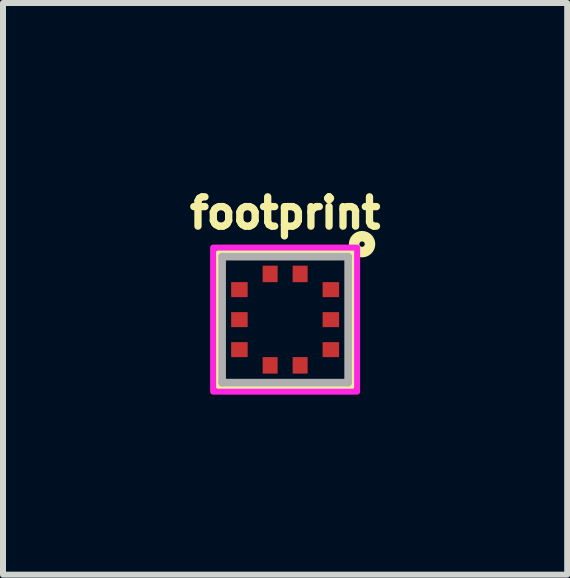
<source format=kicad_pcb>
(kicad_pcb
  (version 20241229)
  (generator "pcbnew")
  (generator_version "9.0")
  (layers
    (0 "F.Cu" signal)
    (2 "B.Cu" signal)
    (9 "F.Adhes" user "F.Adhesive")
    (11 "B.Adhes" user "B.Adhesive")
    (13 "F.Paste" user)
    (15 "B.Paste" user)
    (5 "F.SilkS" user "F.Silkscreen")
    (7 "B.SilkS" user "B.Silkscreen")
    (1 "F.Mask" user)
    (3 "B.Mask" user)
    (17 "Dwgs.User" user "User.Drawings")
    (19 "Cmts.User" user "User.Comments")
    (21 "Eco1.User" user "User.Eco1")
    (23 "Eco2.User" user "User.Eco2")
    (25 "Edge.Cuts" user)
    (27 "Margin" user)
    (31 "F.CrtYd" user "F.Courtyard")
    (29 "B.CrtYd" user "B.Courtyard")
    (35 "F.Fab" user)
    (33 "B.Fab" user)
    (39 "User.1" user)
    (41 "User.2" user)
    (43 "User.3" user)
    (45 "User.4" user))
  (footprint "footprint"
    (layer "F.Cu")
    (at 1.702 2.277)
    (property "Reference" "footprint" (at 0 -1.778 0) (layer "F.SilkS") (effects (font (size 0.488 0.488) (thickness 0.122))))
    (fp_line (start -1.1 -1.1) (end 1.1 -1.1) (stroke (width 0.127) (type solid)) (layer "F.SilkS"))
    (fp_line (start -1.1 1.1) (end -1.1 -1.1) (stroke (width 0.127) (type solid)) (layer "F.SilkS"))
    (fp_line (start 1.1 -1.1) (end 1.1 1.1) (stroke (width 0.127) (type solid)) (layer "F.SilkS"))
    (fp_line (start 1.1 1.1) (end -1.1 1.1) (stroke (width 0.127) (type solid)) (layer "F.SilkS"))
    (fp_circle (center 1.282 -1.258) (end 1.327 -1.258) (stroke (width 0.175) (type solid)) (fill no) (layer "F.SilkS"))
    (fp_poly (pts (xy -0.875 -0.4) (xy -0.65 -0.4) (xy -0.65 -0.6) (xy -0.875 -0.6)) (stroke (width 0) (type solid)) (fill yes) (layer "F.Paste"))
    (fp_poly (pts (xy -0.875 0.1) (xy -0.65 0.1) (xy -0.65 -0.1) (xy -0.875 -0.1)) (stroke (width 0) (type solid)) (fill yes) (layer "F.Paste"))
    (fp_poly (pts (xy -0.875 0.6) (xy -0.65 0.6) (xy -0.65 0.4) (xy -0.875 0.4)) (stroke (width 0) (type solid)) (fill yes) (layer "F.Paste"))
    (fp_poly (pts (xy -0.15 -0.65) (xy -0.15 -0.875) (xy -0.35 -0.875) (xy -0.35 -0.65)) (stroke (width 0) (type solid)) (fill yes) (layer "F.Paste"))
    (fp_poly (pts (xy -0.15 0.875) (xy -0.15 0.65) (xy -0.35 0.65) (xy -0.35 0.875)) (stroke (width 0) (type solid)) (fill yes) (layer "F.Paste"))
    (fp_poly (pts (xy 0.35 -0.65) (xy 0.35 -0.875) (xy 0.15 -0.875) (xy 0.15 -0.65)) (stroke (width 0) (type solid)) (fill yes) (layer "F.Paste"))
    (fp_poly (pts (xy 0.35 0.875) (xy 0.35 0.65) (xy 0.15 0.65) (xy 0.15 0.875)) (stroke (width 0) (type solid)) (fill yes) (layer "F.Paste"))
    (fp_poly (pts (xy 0.65 -0.4) (xy 0.875 -0.4) (xy 0.875 -0.6) (xy 0.65 -0.6)) (stroke (width 0) (type solid)) (fill yes) (layer "F.Paste"))
    (fp_poly (pts (xy 0.65 0.1) (xy 0.875 0.1) (xy 0.875 -0.1) (xy 0.65 -0.1)) (stroke (width 0) (type solid)) (fill yes) (layer "F.Paste"))
    (fp_poly (pts (xy 0.65 0.6) (xy 0.875 0.6) (xy 0.875 0.4) (xy 0.65 0.4)) (stroke (width 0) (type solid)) (fill yes) (layer "F.Paste"))
    (fp_poly (pts (xy -1.2 1.2) (xy 1.2 1.2) (xy 1.2 -1.2) (xy -1.2 -1.2)) (stroke (width 0.1) (type solid)) (fill no) (layer "F.CrtYd"))
    (fp_line (start -1.05 -1.05) (end 1.05 -1.05) (stroke (width 0.127) (type solid)) (layer "F.Fab"))
    (fp_line (start -1.05 1.05) (end -1.05 -1.05) (stroke (width 0.127) (type solid)) (layer "F.Fab"))
    (fp_line (start 1.05 -1.05) (end 1.05 1.05) (stroke (width 0.127) (type solid)) (layer "F.Fab"))
    (fp_line (start 1.05 1.05) (end -1.05 1.05) (stroke (width 0.127) (type solid)) (layer "F.Fab"))
    (pad "1" smd rect (at 0.25 -0.762) (size 0.25 0.275) (layers "F.Cu" "F.Mask"))
    (pad "2" smd rect (at -0.25 -0.762) (size 0.25 0.275) (layers "F.Cu" "F.Mask"))
    (pad "3" smd rect (at -0.762 -0.5) (size 0.275 0.25) (layers "F.Cu" "F.Mask"))
    (pad "4" smd rect (at -0.762 0) (size 0.275 0.25) (layers "F.Cu" "F.Mask"))
    (pad "5" smd rect (at -0.762 0.5) (size 0.275 0.25) (layers "F.Cu" "F.Mask"))
    (pad "6" smd rect (at -0.25 0.762) (size 0.25 0.275) (layers "F.Cu" "F.Mask"))
    (pad "7" smd rect (at 0.25 0.762) (size 0.25 0.275) (layers "F.Cu" "F.Mask"))
    (pad "8" smd rect (at 0.762 0.5) (size 0.275 0.25) (layers "F.Cu" "F.Mask"))
    (pad "9" smd rect (at 0.762 0) (size 0.275 0.25) (layers "F.Cu" "F.Mask"))
    (pad "10" smd rect (at 0.762 -0.5) (size 0.275 0.25) (layers "F.Cu" "F.Mask")))
  (gr_rect
    (start -3 -3)
    (end 6.403 6.527)
    (stroke (width 0.1) (type default))
    (fill no)
    (layer "Edge.Cuts")))
</source>
